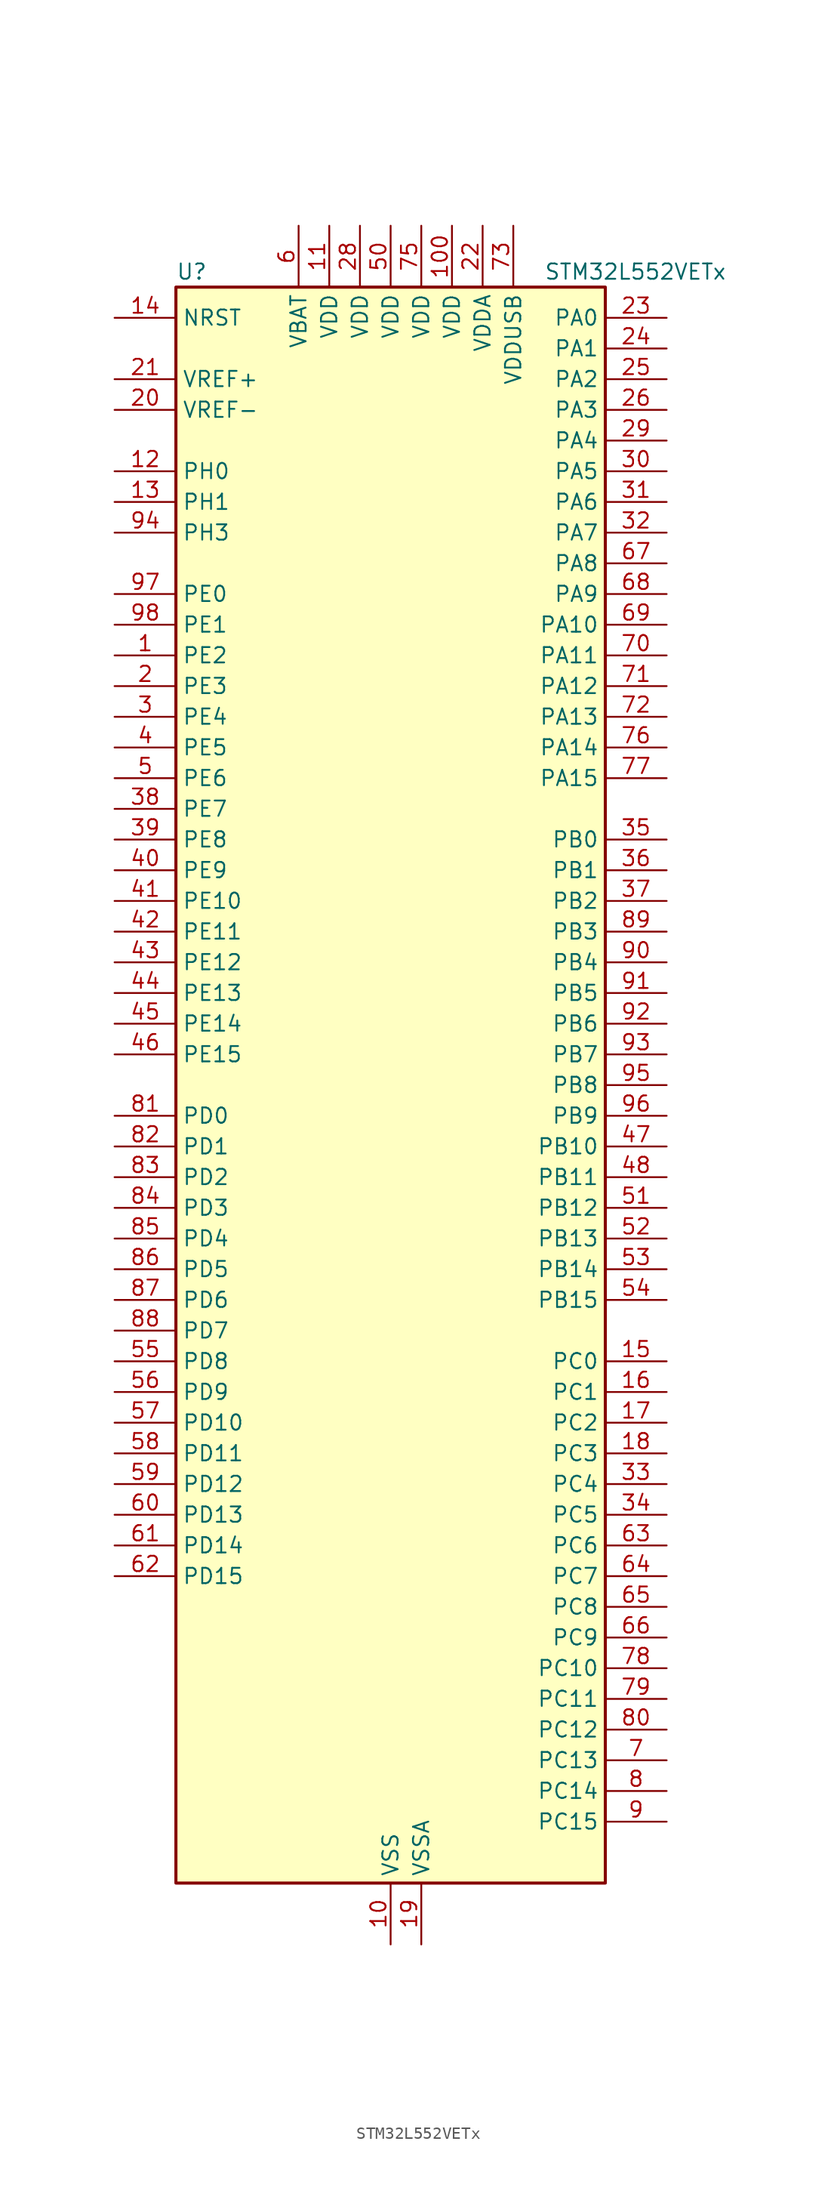
<source format=kicad_sym>
(kicad_symbol_lib
  (version 20220914)
  (generator kicad_symbol_editor)
  (symbol "STM32L552VETx"
    (property "Reference" "U"
      (at -17.78 67.31 0)
      (effects (font (size 1.27 1.27)) (justify left)))
    (property "Value" "STM32L552VETx"
      (at 12.7 67.31 0)
      (effects (font (size 1.27 1.27)) (justify left)))
    (property "ki_locked" ""
      (at 0 0 0)
      (effects (font (size 1.27 1.27))))
    (symbol "STM32L552VETx_0_1"
      (rectangle (start -17.78 -66.04) (end 17.78 66.04) (stroke (width 0.254) (type default)) (fill (type background))))
    (symbol "STM32L552VETx_1_1"
      (pin bidirectional line (at -22.86 35.56 0) (length 5.08) (name "PE2" (effects (font (size 1.27 1.27)))) (number "1" (effects (font (size 1.27 1.27)))) (alternate "DEBUG_TRACECLK" bidirectional line) (alternate "FMC_A23" bidirectional line) (alternate "SAI1_CK1" bidirectional line) (alternate "SAI1_MCLK_A" bidirectional line) (alternate "TIM3_ETR" bidirectional line) (alternate "TSC_G7_IO1" bidirectional line))
      (pin power_in line (at 0 -71.12 90) (length 5.08) (name "VSS" (effects (font (size 1.27 1.27)))) (number "10" (effects (font (size 1.27 1.27)))))
      (pin power_in line (at 5.08 71.12 270) (length 5.08) (name "VDD" (effects (font (size 1.27 1.27)))) (number "100" (effects (font (size 1.27 1.27)))))
      (pin power_in line (at -5.08 71.12 270) (length 5.08) (name "VDD" (effects (font (size 1.27 1.27)))) (number "11" (effects (font (size 1.27 1.27)))))
      (pin bidirectional line (at -22.86 50.8 0) (length 5.08) (name "PH0" (effects (font (size 1.27 1.27)))) (number "12" (effects (font (size 1.27 1.27)))) (alternate "RCC_OSC_IN" bidirectional line))
      (pin bidirectional line (at -22.86 48.26 0) (length 5.08) (name "PH1" (effects (font (size 1.27 1.27)))) (number "13" (effects (font (size 1.27 1.27)))) (alternate "RCC_OSC_OUT" bidirectional line))
      (pin input line (at -22.86 63.5 0) (length 5.08) (name "NRST" (effects (font (size 1.27 1.27)))) (number "14" (effects (font (size 1.27 1.27)))))
      (pin bidirectional line (at 22.86 -22.86 180) (length 5.08) (name "PC0" (effects (font (size 1.27 1.27)))) (number "15" (effects (font (size 1.27 1.27)))) (alternate "ADC1_IN1" bidirectional line) (alternate "ADC2_IN1" bidirectional line) (alternate "I2C3_SCL" bidirectional line) (alternate "LPTIM1_IN1" bidirectional line) (alternate "LPTIM2_IN1" bidirectional line) (alternate "LPUART1_RX" bidirectional line) (alternate "OCTOSPI1_IO7" bidirectional line) (alternate "SAI2_FS_A" bidirectional line) (alternate "SDMMC1_D5" bidirectional line))
      (pin bidirectional line (at 22.86 -25.4 180) (length 5.08) (name "PC1" (effects (font (size 1.27 1.27)))) (number "16" (effects (font (size 1.27 1.27)))) (alternate "ADC1_IN2" bidirectional line) (alternate "ADC2_IN2" bidirectional line) (alternate "DEBUG_TRACED0" bidirectional line) (alternate "I2C3_SDA" bidirectional line) (alternate "LPTIM1_OUT" bidirectional line) (alternate "LPUART1_TX" bidirectional line) (alternate "OCTOSPI1_IO4" bidirectional line) (alternate "SAI1_SD_A" bidirectional line) (alternate "SPI2_MOSI" bidirectional line))
      (pin bidirectional line (at 22.86 -27.94 180) (length 5.08) (name "PC2" (effects (font (size 1.27 1.27)))) (number "17" (effects (font (size 1.27 1.27)))) (alternate "ADC1_IN3" bidirectional line) (alternate "ADC2_IN3" bidirectional line) (alternate "DFSDM1_CKOUT" bidirectional line) (alternate "LPTIM1_IN2" bidirectional line) (alternate "OCTOSPI1_IO5" bidirectional line) (alternate "SPI2_MISO" bidirectional line))
      (pin bidirectional line (at 22.86 -30.48 180) (length 5.08) (name "PC3" (effects (font (size 1.27 1.27)))) (number "18" (effects (font (size 1.27 1.27)))) (alternate "ADC1_IN4" bidirectional line) (alternate "ADC2_IN4" bidirectional line) (alternate "LPTIM1_ETR" bidirectional line) (alternate "LPTIM2_ETR" bidirectional line) (alternate "LPTIM3_OUT" bidirectional line) (alternate "OCTOSPI1_IO6" bidirectional line) (alternate "SAI1_D1" bidirectional line) (alternate "SAI1_SD_A" bidirectional line) (alternate "SPI2_MOSI" bidirectional line))
      (pin power_in line (at 2.54 -71.12 90) (length 5.08) (name "VSSA" (effects (font (size 1.27 1.27)))) (number "19" (effects (font (size 1.27 1.27)))))
      (pin bidirectional line (at -22.86 33.02 0) (length 5.08) (name "PE3" (effects (font (size 1.27 1.27)))) (number "2" (effects (font (size 1.27 1.27)))) (alternate "DEBUG_TRACED0" bidirectional line) (alternate "FMC_A19" bidirectional line) (alternate "OCTOSPI1_DQS" bidirectional line) (alternate "SAI1_SD_B" bidirectional line) (alternate "TIM3_CH1" bidirectional line) (alternate "TSC_G7_IO2" bidirectional line))
      (pin input line (at -22.86 55.88 0) (length 5.08) (name "VREF-" (effects (font (size 1.27 1.27)))) (number "20" (effects (font (size 1.27 1.27)))))
      (pin input line (at -22.86 58.42 0) (length 5.08) (name "VREF+" (effects (font (size 1.27 1.27)))) (number "21" (effects (font (size 1.27 1.27)))))
      (pin power_in line (at 7.62 71.12 270) (length 5.08) (name "VDDA" (effects (font (size 1.27 1.27)))) (number "22" (effects (font (size 1.27 1.27)))))
      (pin bidirectional line (at 22.86 63.5 180) (length 5.08) (name "PA0" (effects (font (size 1.27 1.27)))) (number "23" (effects (font (size 1.27 1.27)))) (alternate "ADC1_IN5" bidirectional line) (alternate "ADC2_IN5" bidirectional line) (alternate "OPAMP1_VINP" bidirectional line) (alternate "PWR_WKUP1" bidirectional line) (alternate "SAI1_EXTCLK" bidirectional line) (alternate "TAMP_IN2" bidirectional line) (alternate "TAMP_OUT1" bidirectional line) (alternate "TIM2_CH1" bidirectional line) (alternate "TIM2_ETR" bidirectional line) (alternate "TIM5_CH1" bidirectional line) (alternate "TIM8_ETR" bidirectional line) (alternate "UART4_TX" bidirectional line) (alternate "USART2_CTS" bidirectional line) (alternate "USART2_NSS" bidirectional line))
      (pin bidirectional line (at 22.86 60.96 180) (length 5.08) (name "PA1" (effects (font (size 1.27 1.27)))) (number "24" (effects (font (size 1.27 1.27)))) (alternate "ADC1_IN6" bidirectional line) (alternate "ADC2_IN6" bidirectional line) (alternate "I2C1_SMBA" bidirectional line) (alternate "OCTOSPI1_DQS" bidirectional line) (alternate "OPAMP1_VINM" bidirectional line) (alternate "SPI1_SCK" bidirectional line) (alternate "TAMP_IN5" bidirectional line) (alternate "TAMP_OUT4" bidirectional line) (alternate "TIM15_CH1N" bidirectional line) (alternate "TIM2_CH2" bidirectional line) (alternate "TIM5_CH2" bidirectional line) (alternate "UART4_RX" bidirectional line) (alternate "USART2_DE" bidirectional line) (alternate "USART2_RTS" bidirectional line))
      (pin bidirectional line (at 22.86 58.42 180) (length 5.08) (name "PA2" (effects (font (size 1.27 1.27)))) (number "25" (effects (font (size 1.27 1.27)))) (alternate "ADC1_IN7" bidirectional line) (alternate "ADC2_IN7" bidirectional line) (alternate "COMP1_INP" bidirectional line) (alternate "LPUART1_TX" bidirectional line) (alternate "OCTOSPI1_NCS" bidirectional line) (alternate "PWR_WKUP4" bidirectional line) (alternate "RCC_LSCO" bidirectional line) (alternate "SAI2_EXTCLK" bidirectional line) (alternate "TIM15_CH1" bidirectional line) (alternate "TIM2_CH3" bidirectional line) (alternate "TIM5_CH3" bidirectional line) (alternate "UCPD1_FRSTX1" bidirectional line) (alternate "USART2_TX" bidirectional line))
      (pin bidirectional line (at 22.86 55.88 180) (length 5.08) (name "PA3" (effects (font (size 1.27 1.27)))) (number "26" (effects (font (size 1.27 1.27)))) (alternate "ADC1_IN8" bidirectional line) (alternate "ADC2_IN8" bidirectional line) (alternate "LPUART1_RX" bidirectional line) (alternate "OCTOSPI1_CLK" bidirectional line) (alternate "OPAMP1_VOUT" bidirectional line) (alternate "SAI1_CK1" bidirectional line) (alternate "SAI1_MCLK_A" bidirectional line) (alternate "TIM15_CH2" bidirectional line) (alternate "TIM2_CH4" bidirectional line) (alternate "TIM5_CH4" bidirectional line) (alternate "USART2_RX" bidirectional line))
      (pin passive line (at 0 -71.12 90) (length 5.08) hide (name "VSS" (effects (font (size 1.27 1.27)))) (number "27" (effects (font (size 1.27 1.27)))))
      (pin power_in line (at -2.54 71.12 270) (length 5.08) (name "VDD" (effects (font (size 1.27 1.27)))) (number "28" (effects (font (size 1.27 1.27)))))
      (pin bidirectional line (at 22.86 53.34 180) (length 5.08) (name "PA4" (effects (font (size 1.27 1.27)))) (number "29" (effects (font (size 1.27 1.27)))) (alternate "ADC1_IN9" bidirectional line) (alternate "ADC2_IN9" bidirectional line) (alternate "DAC1_OUT1" bidirectional line) (alternate "LPTIM2_OUT" bidirectional line) (alternate "OCTOSPI1_NCS" bidirectional line) (alternate "SAI1_FS_B" bidirectional line) (alternate "SPI1_NSS" bidirectional line) (alternate "SPI3_NSS" bidirectional line) (alternate "USART2_CK" bidirectional line))
      (pin bidirectional line (at -22.86 30.48 0) (length 5.08) (name "PE4" (effects (font (size 1.27 1.27)))) (number "3" (effects (font (size 1.27 1.27)))) (alternate "DEBUG_TRACED1" bidirectional line) (alternate "DFSDM1_DATIN3" bidirectional line) (alternate "FMC_A20" bidirectional line) (alternate "SAI1_D2" bidirectional line) (alternate "SAI1_FS_A" bidirectional line) (alternate "TIM3_CH2" bidirectional line) (alternate "TSC_G7_IO3" bidirectional line))
      (pin bidirectional line (at 22.86 50.8 180) (length 5.08) (name "PA5" (effects (font (size 1.27 1.27)))) (number "30" (effects (font (size 1.27 1.27)))) (alternate "ADC1_IN10" bidirectional line) (alternate "ADC2_IN10" bidirectional line) (alternate "DAC1_OUT2" bidirectional line) (alternate "LPTIM2_ETR" bidirectional line) (alternate "SPI1_SCK" bidirectional line) (alternate "TIM2_CH1" bidirectional line) (alternate "TIM2_ETR" bidirectional line) (alternate "TIM8_CH1N" bidirectional line))
      (pin bidirectional line (at 22.86 48.26 180) (length 5.08) (name "PA6" (effects (font (size 1.27 1.27)))) (number "31" (effects (font (size 1.27 1.27)))) (alternate "ADC1_IN11" bidirectional line) (alternate "ADC2_IN11" bidirectional line) (alternate "LPUART1_CTS" bidirectional line) (alternate "OCTOSPI1_IO3" bidirectional line) (alternate "OPAMP2_VINP" bidirectional line) (alternate "SPI1_MISO" bidirectional line) (alternate "TIM16_CH1" bidirectional line) (alternate "TIM1_BKIN" bidirectional line) (alternate "TIM3_CH1" bidirectional line) (alternate "TIM8_BKIN" bidirectional line) (alternate "USART3_CTS" bidirectional line) (alternate "USART3_NSS" bidirectional line))
      (pin bidirectional line (at 22.86 45.72 180) (length 5.08) (name "PA7" (effects (font (size 1.27 1.27)))) (number "32" (effects (font (size 1.27 1.27)))) (alternate "ADC1_IN12" bidirectional line) (alternate "ADC2_IN12" bidirectional line) (alternate "I2C3_SCL" bidirectional line) (alternate "OCTOSPI1_IO2" bidirectional line) (alternate "OPAMP2_VINM" bidirectional line) (alternate "SPI1_MOSI" bidirectional line) (alternate "TIM17_CH1" bidirectional line) (alternate "TIM1_CH1N" bidirectional line) (alternate "TIM3_CH2" bidirectional line) (alternate "TIM8_CH1N" bidirectional line))
      (pin bidirectional line (at 22.86 -33.02 180) (length 5.08) (name "PC4" (effects (font (size 1.27 1.27)))) (number "33" (effects (font (size 1.27 1.27)))) (alternate "ADC1_IN13" bidirectional line) (alternate "ADC2_IN13" bidirectional line) (alternate "COMP1_INM" bidirectional line) (alternate "OCTOSPI1_IO7" bidirectional line) (alternate "USART3_TX" bidirectional line))
      (pin bidirectional line (at 22.86 -35.56 180) (length 5.08) (name "PC5" (effects (font (size 1.27 1.27)))) (number "34" (effects (font (size 1.27 1.27)))) (alternate "ADC1_IN14" bidirectional line) (alternate "ADC2_IN14" bidirectional line) (alternate "COMP1_INP" bidirectional line) (alternate "PWR_WKUP5" bidirectional line) (alternate "SAI1_D3" bidirectional line) (alternate "TAMP_IN4" bidirectional line) (alternate "TAMP_OUT5" bidirectional line) (alternate "USART3_RX" bidirectional line))
      (pin bidirectional line (at 22.86 20.32 180) (length 5.08) (name "PB0" (effects (font (size 1.27 1.27)))) (number "35" (effects (font (size 1.27 1.27)))) (alternate "ADC1_IN15" bidirectional line) (alternate "ADC2_IN15" bidirectional line) (alternate "COMP1_OUT" bidirectional line) (alternate "OCTOSPI1_IO1" bidirectional line) (alternate "OPAMP2_VOUT" bidirectional line) (alternate "SAI1_EXTCLK" bidirectional line) (alternate "SPI1_NSS" bidirectional line) (alternate "TIM1_CH2N" bidirectional line) (alternate "TIM3_CH3" bidirectional line) (alternate "TIM8_CH2N" bidirectional line) (alternate "USART3_CK" bidirectional line))
      (pin bidirectional line (at 22.86 17.78 180) (length 5.08) (name "PB1" (effects (font (size 1.27 1.27)))) (number "36" (effects (font (size 1.27 1.27)))) (alternate "ADC1_IN16" bidirectional line) (alternate "ADC2_IN16" bidirectional line) (alternate "COMP1_INM" bidirectional line) (alternate "DFSDM1_DATIN0" bidirectional line) (alternate "LPTIM2_IN1" bidirectional line) (alternate "LPUART1_DE" bidirectional line) (alternate "LPUART1_RTS" bidirectional line) (alternate "OCTOSPI1_IO0" bidirectional line) (alternate "TIM1_CH3N" bidirectional line) (alternate "TIM3_CH4" bidirectional line) (alternate "TIM8_CH3N" bidirectional line) (alternate "USART3_DE" bidirectional line) (alternate "USART3_RTS" bidirectional line))
      (pin bidirectional line (at 22.86 15.24 180) (length 5.08) (name "PB2" (effects (font (size 1.27 1.27)))) (number "37" (effects (font (size 1.27 1.27)))) (alternate "COMP1_INP" bidirectional line) (alternate "DFSDM1_CKIN0" bidirectional line) (alternate "I2C3_SMBA" bidirectional line) (alternate "LPTIM1_OUT" bidirectional line) (alternate "OCTOSPI1_DQS" bidirectional line) (alternate "RTC_OUT2" bidirectional line) (alternate "UCPD1_FRSTX1" bidirectional line))
      (pin bidirectional line (at -22.86 22.86 0) (length 5.08) (name "PE7" (effects (font (size 1.27 1.27)))) (number "38" (effects (font (size 1.27 1.27)))) (alternate "DFSDM1_DATIN2" bidirectional line) (alternate "FMC_D4" bidirectional line) (alternate "FMC_DA4" bidirectional line) (alternate "SAI1_SD_B" bidirectional line) (alternate "TIM1_ETR" bidirectional line))
      (pin bidirectional line (at -22.86 20.32 0) (length 5.08) (name "PE8" (effects (font (size 1.27 1.27)))) (number "39" (effects (font (size 1.27 1.27)))) (alternate "DFSDM1_CKIN2" bidirectional line) (alternate "FMC_D5" bidirectional line) (alternate "FMC_DA5" bidirectional line) (alternate "SAI1_SCK_B" bidirectional line) (alternate "TIM1_CH1N" bidirectional line))
      (pin bidirectional line (at -22.86 27.94 0) (length 5.08) (name "PE5" (effects (font (size 1.27 1.27)))) (number "4" (effects (font (size 1.27 1.27)))) (alternate "DEBUG_TRACED2" bidirectional line) (alternate "DFSDM1_CKIN3" bidirectional line) (alternate "FMC_A21" bidirectional line) (alternate "SAI1_CK2" bidirectional line) (alternate "SAI1_SCK_A" bidirectional line) (alternate "TIM3_CH3" bidirectional line) (alternate "TSC_G7_IO4" bidirectional line))
      (pin bidirectional line (at -22.86 17.78 0) (length 5.08) (name "PE9" (effects (font (size 1.27 1.27)))) (number "40" (effects (font (size 1.27 1.27)))) (alternate "DAC1_EXTI9" bidirectional line) (alternate "DFSDM1_CKOUT" bidirectional line) (alternate "FMC_D6" bidirectional line) (alternate "FMC_DA6" bidirectional line) (alternate "OCTOSPI1_NCLK" bidirectional line) (alternate "SAI1_FS_B" bidirectional line) (alternate "TIM1_CH1" bidirectional line))
      (pin bidirectional line (at -22.86 15.24 0) (length 5.08) (name "PE10" (effects (font (size 1.27 1.27)))) (number "41" (effects (font (size 1.27 1.27)))) (alternate "FMC_D7" bidirectional line) (alternate "FMC_DA7" bidirectional line) (alternate "OCTOSPI1_CLK" bidirectional line) (alternate "SAI1_MCLK_B" bidirectional line) (alternate "TIM1_CH2N" bidirectional line) (alternate "TSC_G5_IO1" bidirectional line))
      (pin bidirectional line (at -22.86 12.7 0) (length 5.08) (name "PE11" (effects (font (size 1.27 1.27)))) (number "42" (effects (font (size 1.27 1.27)))) (alternate "ADC1_EXTI11" bidirectional line) (alternate "ADC2_EXTI11" bidirectional line) (alternate "FMC_D8" bidirectional line) (alternate "FMC_DA8" bidirectional line) (alternate "OCTOSPI1_NCS" bidirectional line) (alternate "TIM1_CH2" bidirectional line) (alternate "TSC_G5_IO2" bidirectional line))
      (pin bidirectional line (at -22.86 10.16 0) (length 5.08) (name "PE12" (effects (font (size 1.27 1.27)))) (number "43" (effects (font (size 1.27 1.27)))) (alternate "FMC_D9" bidirectional line) (alternate "FMC_DA9" bidirectional line) (alternate "OCTOSPI1_IO0" bidirectional line) (alternate "SPI1_NSS" bidirectional line) (alternate "TIM1_CH3N" bidirectional line) (alternate "TSC_G5_IO3" bidirectional line))
      (pin bidirectional line (at -22.86 7.62 0) (length 5.08) (name "PE13" (effects (font (size 1.27 1.27)))) (number "44" (effects (font (size 1.27 1.27)))) (alternate "FMC_D10" bidirectional line) (alternate "FMC_DA10" bidirectional line) (alternate "OCTOSPI1_IO1" bidirectional line) (alternate "SPI1_SCK" bidirectional line) (alternate "TIM1_CH3" bidirectional line) (alternate "TSC_G5_IO4" bidirectional line))
      (pin bidirectional line (at -22.86 5.08 0) (length 5.08) (name "PE14" (effects (font (size 1.27 1.27)))) (number "45" (effects (font (size 1.27 1.27)))) (alternate "FMC_D11" bidirectional line) (alternate "FMC_DA11" bidirectional line) (alternate "OCTOSPI1_IO2" bidirectional line) (alternate "SPI1_MISO" bidirectional line) (alternate "TIM1_BKIN2" bidirectional line) (alternate "TIM1_CH4" bidirectional line))
      (pin bidirectional line (at -22.86 2.54 0) (length 5.08) (name "PE15" (effects (font (size 1.27 1.27)))) (number "46" (effects (font (size 1.27 1.27)))) (alternate "ADC1_EXTI15" bidirectional line) (alternate "ADC2_EXTI15" bidirectional line) (alternate "FMC_D12" bidirectional line) (alternate "FMC_DA12" bidirectional line) (alternate "OCTOSPI1_IO3" bidirectional line) (alternate "SPI1_MOSI" bidirectional line) (alternate "TIM1_BKIN" bidirectional line))
      (pin bidirectional line (at 22.86 -5.08 180) (length 5.08) (name "PB10" (effects (font (size 1.27 1.27)))) (number "47" (effects (font (size 1.27 1.27)))) (alternate "COMP1_OUT" bidirectional line) (alternate "I2C2_SCL" bidirectional line) (alternate "I2C4_SCL" bidirectional line) (alternate "LPTIM3_OUT" bidirectional line) (alternate "LPUART1_RX" bidirectional line) (alternate "OCTOSPI1_CLK" bidirectional line) (alternate "SAI1_SCK_A" bidirectional line) (alternate "SPI2_SCK" bidirectional line) (alternate "TIM2_CH3" bidirectional line) (alternate "TSC_SYNC" bidirectional line) (alternate "USART3_TX" bidirectional line))
      (pin bidirectional line (at 22.86 -7.62 180) (length 5.08) (name "PB11" (effects (font (size 1.27 1.27)))) (number "48" (effects (font (size 1.27 1.27)))) (alternate "ADC1_EXTI11" bidirectional line) (alternate "ADC2_EXTI11" bidirectional line) (alternate "COMP2_OUT" bidirectional line) (alternate "I2C2_SDA" bidirectional line) (alternate "I2C4_SDA" bidirectional line) (alternate "LPUART1_TX" bidirectional line) (alternate "OCTOSPI1_NCS" bidirectional line) (alternate "TIM2_CH4" bidirectional line) (alternate "USART3_RX" bidirectional line))
      (pin passive line (at 0 -71.12 90) (length 5.08) hide (name "VSS" (effects (font (size 1.27 1.27)))) (number "49" (effects (font (size 1.27 1.27)))))
      (pin bidirectional line (at -22.86 25.4 0) (length 5.08) (name "PE6" (effects (font (size 1.27 1.27)))) (number "5" (effects (font (size 1.27 1.27)))) (alternate "DEBUG_TRACED3" bidirectional line) (alternate "FMC_A22" bidirectional line) (alternate "PWR_WKUP3" bidirectional line) (alternate "SAI1_D1" bidirectional line) (alternate "SAI1_SD_A" bidirectional line) (alternate "TAMP_IN3" bidirectional line) (alternate "TAMP_OUT6" bidirectional line) (alternate "TIM3_CH4" bidirectional line))
      (pin power_in line (at 0 71.12 270) (length 5.08) (name "VDD" (effects (font (size 1.27 1.27)))) (number "50" (effects (font (size 1.27 1.27)))))
      (pin bidirectional line (at 22.86 -10.16 180) (length 5.08) (name "PB12" (effects (font (size 1.27 1.27)))) (number "51" (effects (font (size 1.27 1.27)))) (alternate "DFSDM1_DATIN1" bidirectional line) (alternate "I2C2_SMBA" bidirectional line) (alternate "LPUART1_DE" bidirectional line) (alternate "LPUART1_RTS" bidirectional line) (alternate "OCTOSPI1_NCLK" bidirectional line) (alternate "SAI2_FS_A" bidirectional line) (alternate "SPI2_NSS" bidirectional line) (alternate "TIM15_BKIN" bidirectional line) (alternate "TIM1_BKIN" bidirectional line) (alternate "TSC_G1_IO1" bidirectional line) (alternate "USART3_CK" bidirectional line))
      (pin bidirectional line (at 22.86 -12.7 180) (length 5.08) (name "PB13" (effects (font (size 1.27 1.27)))) (number "52" (effects (font (size 1.27 1.27)))) (alternate "DFSDM1_CKIN1" bidirectional line) (alternate "I2C2_SCL" bidirectional line) (alternate "LPTIM3_IN1" bidirectional line) (alternate "LPUART1_CTS" bidirectional line) (alternate "SAI2_SCK_A" bidirectional line) (alternate "SPI2_SCK" bidirectional line) (alternate "TIM15_CH1N" bidirectional line) (alternate "TIM1_CH1N" bidirectional line) (alternate "TSC_G1_IO2" bidirectional line) (alternate "UCPD1_FRSTX2" bidirectional line) (alternate "USART3_CTS" bidirectional line) (alternate "USART3_NSS" bidirectional line))
      (pin bidirectional line (at 22.86 -15.24 180) (length 5.08) (name "PB14" (effects (font (size 1.27 1.27)))) (number "53" (effects (font (size 1.27 1.27)))) (alternate "DFSDM1_DATIN2" bidirectional line) (alternate "I2C2_SDA" bidirectional line) (alternate "LPTIM3_ETR" bidirectional line) (alternate "SAI2_MCLK_A" bidirectional line) (alternate "SPI2_MISO" bidirectional line) (alternate "TIM15_CH1" bidirectional line) (alternate "TIM1_CH2N" bidirectional line) (alternate "TIM8_CH2N" bidirectional line) (alternate "TSC_G1_IO3" bidirectional line) (alternate "UCPD1_DBCC2" bidirectional line) (alternate "USART3_DE" bidirectional line) (alternate "USART3_RTS" bidirectional line))
      (pin bidirectional line (at 22.86 -17.78 180) (length 5.08) (name "PB15" (effects (font (size 1.27 1.27)))) (number "54" (effects (font (size 1.27 1.27)))) (alternate "ADC1_EXTI15" bidirectional line) (alternate "ADC2_EXTI15" bidirectional line) (alternate "DFSDM1_CKIN2" bidirectional line) (alternate "RTC_REFIN" bidirectional line) (alternate "SAI2_SD_A" bidirectional line) (alternate "SPI2_MOSI" bidirectional line) (alternate "TIM15_CH2" bidirectional line) (alternate "TIM1_CH3N" bidirectional line) (alternate "TIM8_CH3N" bidirectional line) (alternate "UCPD1_CC2" bidirectional line))
      (pin bidirectional line (at -22.86 -22.86 0) (length 5.08) (name "PD8" (effects (font (size 1.27 1.27)))) (number "55" (effects (font (size 1.27 1.27)))) (alternate "FMC_D13" bidirectional line) (alternate "FMC_DA13" bidirectional line) (alternate "USART3_TX" bidirectional line))
      (pin bidirectional line (at -22.86 -25.4 0) (length 5.08) (name "PD9" (effects (font (size 1.27 1.27)))) (number "56" (effects (font (size 1.27 1.27)))) (alternate "DAC1_EXTI9" bidirectional line) (alternate "FMC_D14" bidirectional line) (alternate "FMC_DA14" bidirectional line) (alternate "SAI2_MCLK_A" bidirectional line) (alternate "USART3_RX" bidirectional line))
      (pin bidirectional line (at -22.86 -27.94 0) (length 5.08) (name "PD10" (effects (font (size 1.27 1.27)))) (number "57" (effects (font (size 1.27 1.27)))) (alternate "FMC_D15" bidirectional line) (alternate "FMC_DA15" bidirectional line) (alternate "SAI2_SCK_A" bidirectional line) (alternate "TSC_G6_IO1" bidirectional line) (alternate "USART3_CK" bidirectional line))
      (pin bidirectional line (at -22.86 -30.48 0) (length 5.08) (name "PD11" (effects (font (size 1.27 1.27)))) (number "58" (effects (font (size 1.27 1.27)))) (alternate "ADC1_EXTI11" bidirectional line) (alternate "ADC2_EXTI11" bidirectional line) (alternate "FMC_A16" bidirectional line) (alternate "FMC_CLE" bidirectional line) (alternate "I2C4_SMBA" bidirectional line) (alternate "LPTIM2_ETR" bidirectional line) (alternate "SAI2_SD_A" bidirectional line) (alternate "TSC_G6_IO2" bidirectional line) (alternate "USART3_CTS" bidirectional line) (alternate "USART3_NSS" bidirectional line))
      (pin bidirectional line (at -22.86 -33.02 0) (length 5.08) (name "PD12" (effects (font (size 1.27 1.27)))) (number "59" (effects (font (size 1.27 1.27)))) (alternate "FMC_A17" bidirectional line) (alternate "FMC_ALE" bidirectional line) (alternate "I2C4_SCL" bidirectional line) (alternate "LPTIM2_IN1" bidirectional line) (alternate "SAI2_FS_A" bidirectional line) (alternate "TIM4_CH1" bidirectional line) (alternate "TSC_G6_IO3" bidirectional line) (alternate "USART3_DE" bidirectional line) (alternate "USART3_RTS" bidirectional line))
      (pin power_in line (at -7.62 71.12 270) (length 5.08) (name "VBAT" (effects (font (size 1.27 1.27)))) (number "6" (effects (font (size 1.27 1.27)))))
      (pin bidirectional line (at -22.86 -35.56 0) (length 5.08) (name "PD13" (effects (font (size 1.27 1.27)))) (number "60" (effects (font (size 1.27 1.27)))) (alternate "FMC_A18" bidirectional line) (alternate "I2C4_SDA" bidirectional line) (alternate "LPTIM2_OUT" bidirectional line) (alternate "TIM4_CH2" bidirectional line) (alternate "TSC_G6_IO4" bidirectional line))
      (pin bidirectional line (at -22.86 -38.1 0) (length 5.08) (name "PD14" (effects (font (size 1.27 1.27)))) (number "61" (effects (font (size 1.27 1.27)))) (alternate "FMC_D0" bidirectional line) (alternate "FMC_DA0" bidirectional line) (alternate "TIM4_CH3" bidirectional line))
      (pin bidirectional line (at -22.86 -40.64 0) (length 5.08) (name "PD15" (effects (font (size 1.27 1.27)))) (number "62" (effects (font (size 1.27 1.27)))) (alternate "ADC1_EXTI15" bidirectional line) (alternate "ADC2_EXTI15" bidirectional line) (alternate "FMC_D1" bidirectional line) (alternate "FMC_DA1" bidirectional line) (alternate "TIM4_CH4" bidirectional line))
      (pin bidirectional line (at 22.86 -38.1 180) (length 5.08) (name "PC6" (effects (font (size 1.27 1.27)))) (number "63" (effects (font (size 1.27 1.27)))) (alternate "DFSDM1_CKIN3" bidirectional line) (alternate "SAI2_MCLK_A" bidirectional line) (alternate "SDMMC1_D0DIR" bidirectional line) (alternate "SDMMC1_D6" bidirectional line) (alternate "TIM3_CH1" bidirectional line) (alternate "TIM8_CH1" bidirectional line) (alternate "TSC_G4_IO1" bidirectional line))
      (pin bidirectional line (at 22.86 -40.64 180) (length 5.08) (name "PC7" (effects (font (size 1.27 1.27)))) (number "64" (effects (font (size 1.27 1.27)))) (alternate "DFSDM1_DATIN3" bidirectional line) (alternate "SAI2_MCLK_B" bidirectional line) (alternate "SDMMC1_D123DIR" bidirectional line) (alternate "SDMMC1_D7" bidirectional line) (alternate "TIM3_CH2" bidirectional line) (alternate "TIM8_CH2" bidirectional line) (alternate "TSC_G4_IO2" bidirectional line))
      (pin bidirectional line (at 22.86 -43.18 180) (length 5.08) (name "PC8" (effects (font (size 1.27 1.27)))) (number "65" (effects (font (size 1.27 1.27)))) (alternate "SDMMC1_D0" bidirectional line) (alternate "TIM3_CH3" bidirectional line) (alternate "TIM8_CH3" bidirectional line) (alternate "TSC_G4_IO3" bidirectional line))
      (pin bidirectional line (at 22.86 -45.72 180) (length 5.08) (name "PC9" (effects (font (size 1.27 1.27)))) (number "66" (effects (font (size 1.27 1.27)))) (alternate "DAC1_EXTI9" bidirectional line) (alternate "DEBUG_TRACED0" bidirectional line) (alternate "SAI2_EXTCLK" bidirectional line) (alternate "SDMMC1_D1" bidirectional line) (alternate "TIM3_CH4" bidirectional line) (alternate "TIM8_BKIN2" bidirectional line) (alternate "TIM8_CH4" bidirectional line) (alternate "TSC_G4_IO4" bidirectional line) (alternate "USB_NOE" bidirectional line))
      (pin bidirectional line (at 22.86 43.18 180) (length 5.08) (name "PA8" (effects (font (size 1.27 1.27)))) (number "67" (effects (font (size 1.27 1.27)))) (alternate "LPTIM2_OUT" bidirectional line) (alternate "RCC_MCO" bidirectional line) (alternate "SAI1_CK2" bidirectional line) (alternate "SAI1_SCK_A" bidirectional line) (alternate "TIM1_CH1" bidirectional line) (alternate "USART1_CK" bidirectional line))
      (pin bidirectional line (at 22.86 40.64 180) (length 5.08) (name "PA9" (effects (font (size 1.27 1.27)))) (number "68" (effects (font (size 1.27 1.27)))) (alternate "DAC1_EXTI9" bidirectional line) (alternate "SAI1_FS_A" bidirectional line) (alternate "SPI2_SCK" bidirectional line) (alternate "TIM15_BKIN" bidirectional line) (alternate "TIM1_CH2" bidirectional line) (alternate "USART1_TX" bidirectional line))
      (pin bidirectional line (at 22.86 38.1 180) (length 5.08) (name "PA10" (effects (font (size 1.27 1.27)))) (number "69" (effects (font (size 1.27 1.27)))) (alternate "CRS_SYNC" bidirectional line) (alternate "SAI1_D1" bidirectional line) (alternate "SAI1_SD_A" bidirectional line) (alternate "TIM17_BKIN" bidirectional line) (alternate "TIM1_CH3" bidirectional line) (alternate "USART1_RX" bidirectional line))
      (pin bidirectional line (at 22.86 -55.88 180) (length 5.08) (name "PC13" (effects (font (size 1.27 1.27)))) (number "7" (effects (font (size 1.27 1.27)))) (alternate "PWR_WKUP2" bidirectional line) (alternate "RTC_OUT1" bidirectional line) (alternate "RTC_TS" bidirectional line) (alternate "TAMP_IN1" bidirectional line) (alternate "TAMP_OUT2" bidirectional line))
      (pin bidirectional line (at 22.86 35.56 180) (length 5.08) (name "PA11" (effects (font (size 1.27 1.27)))) (number "70" (effects (font (size 1.27 1.27)))) (alternate "ADC1_EXTI11" bidirectional line) (alternate "ADC2_EXTI11" bidirectional line) (alternate "FDCAN1_RX" bidirectional line) (alternate "SPI1_MISO" bidirectional line) (alternate "TIM1_BKIN2" bidirectional line) (alternate "TIM1_CH4" bidirectional line) (alternate "USART1_CTS" bidirectional line) (alternate "USART1_NSS" bidirectional line) (alternate "USB_DM" bidirectional line))
      (pin bidirectional line (at 22.86 33.02 180) (length 5.08) (name "PA12" (effects (font (size 1.27 1.27)))) (number "71" (effects (font (size 1.27 1.27)))) (alternate "FDCAN1_TX" bidirectional line) (alternate "SPI1_MOSI" bidirectional line) (alternate "TIM1_ETR" bidirectional line) (alternate "USART1_DE" bidirectional line) (alternate "USART1_RTS" bidirectional line) (alternate "USB_DP" bidirectional line))
      (pin bidirectional line (at 22.86 30.48 180) (length 5.08) (name "PA13" (effects (font (size 1.27 1.27)))) (number "72" (effects (font (size 1.27 1.27)))) (alternate "DEBUG_JTMS-SWDIO" bidirectional line) (alternate "IR_OUT" bidirectional line) (alternate "SAI1_SD_B" bidirectional line) (alternate "USB_NOE" bidirectional line))
      (pin power_in line (at 10.16 71.12 270) (length 5.08) (name "VDDUSB" (effects (font (size 1.27 1.27)))) (number "73" (effects (font (size 1.27 1.27)))))
      (pin passive line (at 0 -71.12 90) (length 5.08) hide (name "VSS" (effects (font (size 1.27 1.27)))) (number "74" (effects (font (size 1.27 1.27)))))
      (pin power_in line (at 2.54 71.12 270) (length 5.08) (name "VDD" (effects (font (size 1.27 1.27)))) (number "75" (effects (font (size 1.27 1.27)))))
      (pin bidirectional line (at 22.86 27.94 180) (length 5.08) (name "PA14" (effects (font (size 1.27 1.27)))) (number "76" (effects (font (size 1.27 1.27)))) (alternate "DEBUG_JTCK-SWCLK" bidirectional line) (alternate "I2C1_SMBA" bidirectional line) (alternate "I2C4_SMBA" bidirectional line) (alternate "LPTIM1_OUT" bidirectional line) (alternate "SAI1_FS_B" bidirectional line))
      (pin bidirectional line (at 22.86 25.4 180) (length 5.08) (name "PA15" (effects (font (size 1.27 1.27)))) (number "77" (effects (font (size 1.27 1.27)))) (alternate "ADC1_EXTI15" bidirectional line) (alternate "ADC2_EXTI15" bidirectional line) (alternate "DEBUG_JTDI" bidirectional line) (alternate "SAI2_FS_B" bidirectional line) (alternate "SPI1_NSS" bidirectional line) (alternate "SPI3_NSS" bidirectional line) (alternate "TIM2_CH1" bidirectional line) (alternate "TIM2_ETR" bidirectional line) (alternate "UART4_DE" bidirectional line) (alternate "UART4_RTS" bidirectional line) (alternate "UCPD1_CC1" bidirectional line) (alternate "USART2_RX" bidirectional line) (alternate "USART3_DE" bidirectional line) (alternate "USART3_RTS" bidirectional line))
      (pin bidirectional line (at 22.86 -48.26 180) (length 5.08) (name "PC10" (effects (font (size 1.27 1.27)))) (number "78" (effects (font (size 1.27 1.27)))) (alternate "DEBUG_TRACED1" bidirectional line) (alternate "LPTIM3_ETR" bidirectional line) (alternate "SAI2_SCK_B" bidirectional line) (alternate "SDMMC1_D2" bidirectional line) (alternate "SPI3_SCK" bidirectional line) (alternate "TSC_G3_IO2" bidirectional line) (alternate "UART4_TX" bidirectional line) (alternate "USART3_TX" bidirectional line))
      (pin bidirectional line (at 22.86 -50.8 180) (length 5.08) (name "PC11" (effects (font (size 1.27 1.27)))) (number "79" (effects (font (size 1.27 1.27)))) (alternate "ADC1_EXTI11" bidirectional line) (alternate "ADC2_EXTI11" bidirectional line) (alternate "LPTIM3_IN1" bidirectional line) (alternate "OCTOSPI1_NCS" bidirectional line) (alternate "SAI2_MCLK_B" bidirectional line) (alternate "SDMMC1_D3" bidirectional line) (alternate "SPI3_MISO" bidirectional line) (alternate "TSC_G3_IO3" bidirectional line) (alternate "UART4_RX" bidirectional line) (alternate "UCPD1_FRSTX2" bidirectional line) (alternate "USART3_RX" bidirectional line))
      (pin bidirectional line (at 22.86 -58.42 180) (length 5.08) (name "PC14" (effects (font (size 1.27 1.27)))) (number "8" (effects (font (size 1.27 1.27)))) (alternate "RCC_OSC32_IN" bidirectional line))
      (pin bidirectional line (at 22.86 -53.34 180) (length 5.08) (name "PC12" (effects (font (size 1.27 1.27)))) (number "80" (effects (font (size 1.27 1.27)))) (alternate "DEBUG_TRACED3" bidirectional line) (alternate "SAI2_SD_B" bidirectional line) (alternate "SDMMC1_CK" bidirectional line) (alternate "SPI3_MOSI" bidirectional line) (alternate "TSC_G3_IO4" bidirectional line) (alternate "UART5_TX" bidirectional line) (alternate "USART3_CK" bidirectional line))
      (pin bidirectional line (at -22.86 -2.54 0) (length 5.08) (name "PD0" (effects (font (size 1.27 1.27)))) (number "81" (effects (font (size 1.27 1.27)))) (alternate "FDCAN1_RX" bidirectional line) (alternate "FMC_D2" bidirectional line) (alternate "FMC_DA2" bidirectional line) (alternate "SPI2_NSS" bidirectional line))
      (pin bidirectional line (at -22.86 -5.08 0) (length 5.08) (name "PD1" (effects (font (size 1.27 1.27)))) (number "82" (effects (font (size 1.27 1.27)))) (alternate "FDCAN1_TX" bidirectional line) (alternate "FMC_D3" bidirectional line) (alternate "FMC_DA3" bidirectional line) (alternate "SPI2_SCK" bidirectional line))
      (pin bidirectional line (at -22.86 -7.62 0) (length 5.08) (name "PD2" (effects (font (size 1.27 1.27)))) (number "83" (effects (font (size 1.27 1.27)))) (alternate "DEBUG_TRACED2" bidirectional line) (alternate "SDMMC1_CMD" bidirectional line) (alternate "TIM3_ETR" bidirectional line) (alternate "TSC_SYNC" bidirectional line) (alternate "UART5_RX" bidirectional line) (alternate "USART3_DE" bidirectional line) (alternate "USART3_RTS" bidirectional line))
      (pin bidirectional line (at -22.86 -10.16 0) (length 5.08) (name "PD3" (effects (font (size 1.27 1.27)))) (number "84" (effects (font (size 1.27 1.27)))) (alternate "DFSDM1_DATIN0" bidirectional line) (alternate "FMC_CLK" bidirectional line) (alternate "SPI2_MISO" bidirectional line) (alternate "SPI2_SCK" bidirectional line) (alternate "USART2_CTS" bidirectional line) (alternate "USART2_NSS" bidirectional line))
      (pin bidirectional line (at -22.86 -12.7 0) (length 5.08) (name "PD4" (effects (font (size 1.27 1.27)))) (number "85" (effects (font (size 1.27 1.27)))) (alternate "DFSDM1_CKIN0" bidirectional line) (alternate "FMC_NOE" bidirectional line) (alternate "OCTOSPI1_IO4" bidirectional line) (alternate "SPI2_MOSI" bidirectional line) (alternate "USART2_DE" bidirectional line) (alternate "USART2_RTS" bidirectional line))
      (pin bidirectional line (at -22.86 -15.24 0) (length 5.08) (name "PD5" (effects (font (size 1.27 1.27)))) (number "86" (effects (font (size 1.27 1.27)))) (alternate "FMC_NWE" bidirectional line) (alternate "OCTOSPI1_IO5" bidirectional line) (alternate "USART2_TX" bidirectional line))
      (pin bidirectional line (at -22.86 -17.78 0) (length 5.08) (name "PD6" (effects (font (size 1.27 1.27)))) (number "87" (effects (font (size 1.27 1.27)))) (alternate "DFSDM1_DATIN1" bidirectional line) (alternate "FMC_NWAIT" bidirectional line) (alternate "OCTOSPI1_IO6" bidirectional line) (alternate "SAI1_D1" bidirectional line) (alternate "SAI1_SD_A" bidirectional line) (alternate "SPI3_MOSI" bidirectional line) (alternate "USART2_RX" bidirectional line))
      (pin bidirectional line (at -22.86 -20.32 0) (length 5.08) (name "PD7" (effects (font (size 1.27 1.27)))) (number "88" (effects (font (size 1.27 1.27)))) (alternate "DFSDM1_CKIN1" bidirectional line) (alternate "FMC_NCE" bidirectional line) (alternate "FMC_NE1" bidirectional line) (alternate "OCTOSPI1_IO7" bidirectional line) (alternate "USART2_CK" bidirectional line))
      (pin bidirectional line (at 22.86 12.7 180) (length 5.08) (name "PB3" (effects (font (size 1.27 1.27)))) (number "89" (effects (font (size 1.27 1.27)))) (alternate "COMP2_INM" bidirectional line) (alternate "CRS_SYNC" bidirectional line) (alternate "DEBUG_JTDO-SWO" bidirectional line) (alternate "SAI1_SCK_B" bidirectional line) (alternate "SPI1_SCK" bidirectional line) (alternate "SPI3_SCK" bidirectional line) (alternate "TIM2_CH2" bidirectional line) (alternate "USART1_DE" bidirectional line) (alternate "USART1_RTS" bidirectional line))
      (pin bidirectional line (at 22.86 -60.96 180) (length 5.08) (name "PC15" (effects (font (size 1.27 1.27)))) (number "9" (effects (font (size 1.27 1.27)))) (alternate "ADC1_EXTI15" bidirectional line) (alternate "ADC2_EXTI15" bidirectional line) (alternate "RCC_OSC32_OUT" bidirectional line))
      (pin bidirectional line (at 22.86 10.16 180) (length 5.08) (name "PB4" (effects (font (size 1.27 1.27)))) (number "90" (effects (font (size 1.27 1.27)))) (alternate "COMP2_INP" bidirectional line) (alternate "DEBUG_JTRST" bidirectional line) (alternate "I2C3_SDA" bidirectional line) (alternate "SAI1_MCLK_B" bidirectional line) (alternate "SPI1_MISO" bidirectional line) (alternate "SPI3_MISO" bidirectional line) (alternate "TIM17_BKIN" bidirectional line) (alternate "TIM3_CH1" bidirectional line) (alternate "TSC_G2_IO1" bidirectional line) (alternate "UART5_DE" bidirectional line) (alternate "UART5_RTS" bidirectional line) (alternate "USART1_CTS" bidirectional line) (alternate "USART1_NSS" bidirectional line))
      (pin bidirectional line (at 22.86 7.62 180) (length 5.08) (name "PB5" (effects (font (size 1.27 1.27)))) (number "91" (effects (font (size 1.27 1.27)))) (alternate "COMP2_OUT" bidirectional line) (alternate "I2C1_SMBA" bidirectional line) (alternate "LPTIM1_IN1" bidirectional line) (alternate "OCTOSPI1_NCLK" bidirectional line) (alternate "SAI1_SD_B" bidirectional line) (alternate "SPI1_MOSI" bidirectional line) (alternate "SPI3_MOSI" bidirectional line) (alternate "TIM16_BKIN" bidirectional line) (alternate "TIM3_CH2" bidirectional line) (alternate "TSC_G2_IO2" bidirectional line) (alternate "UART5_CTS" bidirectional line) (alternate "UCPD1_DBCC1" bidirectional line) (alternate "USART1_CK" bidirectional line))
      (pin bidirectional line (at 22.86 5.08 180) (length 5.08) (name "PB6" (effects (font (size 1.27 1.27)))) (number "92" (effects (font (size 1.27 1.27)))) (alternate "COMP2_INP" bidirectional line) (alternate "I2C1_SCL" bidirectional line) (alternate "I2C4_SCL" bidirectional line) (alternate "LPTIM1_ETR" bidirectional line) (alternate "SAI1_FS_B" bidirectional line) (alternate "TIM16_CH1N" bidirectional line) (alternate "TIM4_CH1" bidirectional line) (alternate "TIM8_BKIN2" bidirectional line) (alternate "TSC_G2_IO3" bidirectional line) (alternate "USART1_TX" bidirectional line))
      (pin bidirectional line (at 22.86 2.54 180) (length 5.08) (name "PB7" (effects (font (size 1.27 1.27)))) (number "93" (effects (font (size 1.27 1.27)))) (alternate "COMP2_INM" bidirectional line) (alternate "FMC_NL" bidirectional line) (alternate "I2C1_SDA" bidirectional line) (alternate "I2C4_SDA" bidirectional line) (alternate "LPTIM1_IN2" bidirectional line) (alternate "PWR_PVD_IN" bidirectional line) (alternate "TIM17_CH1N" bidirectional line) (alternate "TIM4_CH2" bidirectional line) (alternate "TIM8_BKIN" bidirectional line) (alternate "TSC_G2_IO4" bidirectional line) (alternate "UART4_CTS" bidirectional line) (alternate "USART1_RX" bidirectional line))
      (pin bidirectional line (at -22.86 45.72 0) (length 5.08) (name "PH3" (effects (font (size 1.27 1.27)))) (number "94" (effects (font (size 1.27 1.27)))))
      (pin bidirectional line (at 22.86 0 180) (length 5.08) (name "PB8" (effects (font (size 1.27 1.27)))) (number "95" (effects (font (size 1.27 1.27)))) (alternate "DFSDM1_CKOUT" bidirectional line) (alternate "FDCAN1_RX" bidirectional line) (alternate "I2C1_SCL" bidirectional line) (alternate "SAI1_CK1" bidirectional line) (alternate "SAI1_MCLK_A" bidirectional line) (alternate "SDMMC1_CKIN" bidirectional line) (alternate "SDMMC1_D4" bidirectional line) (alternate "TIM16_CH1" bidirectional line) (alternate "TIM4_CH3" bidirectional line))
      (pin bidirectional line (at 22.86 -2.54 180) (length 5.08) (name "PB9" (effects (font (size 1.27 1.27)))) (number "96" (effects (font (size 1.27 1.27)))) (alternate "DAC1_EXTI9" bidirectional line) (alternate "FDCAN1_TX" bidirectional line) (alternate "I2C1_SDA" bidirectional line) (alternate "IR_OUT" bidirectional line) (alternate "SAI1_D2" bidirectional line) (alternate "SAI1_FS_A" bidirectional line) (alternate "SDMMC1_CDIR" bidirectional line) (alternate "SDMMC1_D5" bidirectional line) (alternate "SPI2_NSS" bidirectional line) (alternate "TIM17_CH1" bidirectional line) (alternate "TIM4_CH4" bidirectional line))
      (pin bidirectional line (at -22.86 40.64 0) (length 5.08) (name "PE0" (effects (font (size 1.27 1.27)))) (number "97" (effects (font (size 1.27 1.27)))) (alternate "FMC_NBL0" bidirectional line) (alternate "TIM16_CH1" bidirectional line) (alternate "TIM4_ETR" bidirectional line))
      (pin bidirectional line (at -22.86 38.1 0) (length 5.08) (name "PE1" (effects (font (size 1.27 1.27)))) (number "98" (effects (font (size 1.27 1.27)))) (alternate "FMC_NBL1" bidirectional line) (alternate "TIM17_CH1" bidirectional line))
      (pin passive line (at 0 -71.12 90) (length 5.08) hide (name "VSS" (effects (font (size 1.27 1.27)))) (number "99" (effects (font (size 1.27 1.27))))))))
</source>
